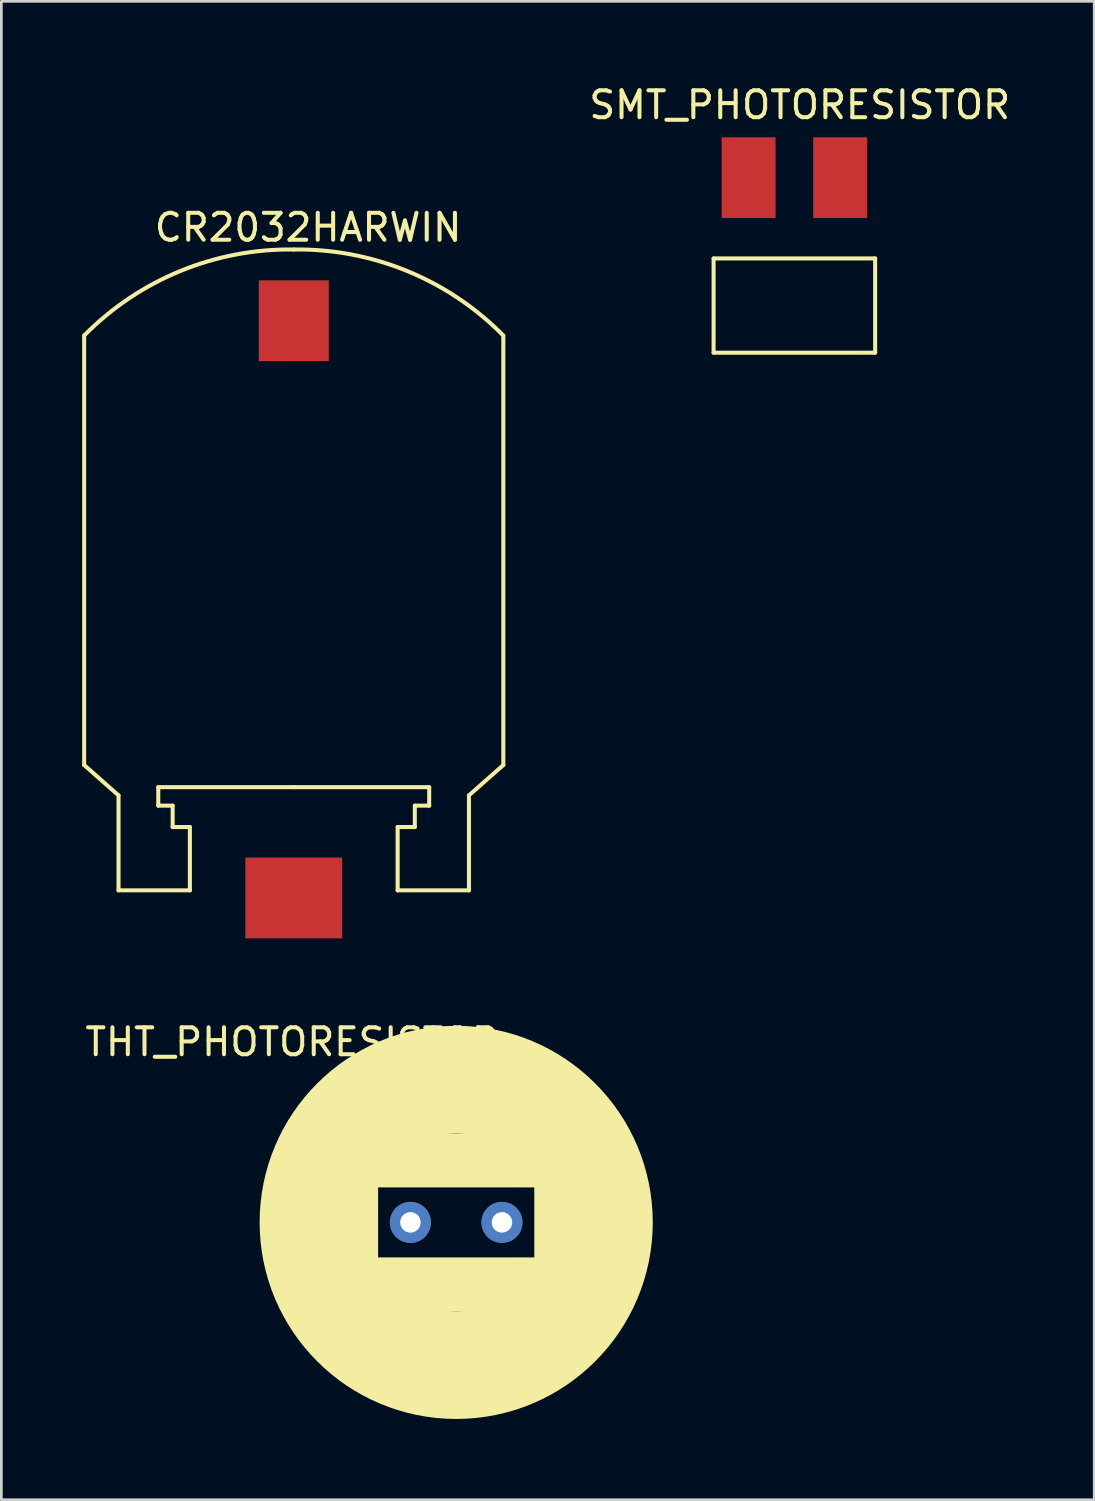
<source format=kicad_pcb>
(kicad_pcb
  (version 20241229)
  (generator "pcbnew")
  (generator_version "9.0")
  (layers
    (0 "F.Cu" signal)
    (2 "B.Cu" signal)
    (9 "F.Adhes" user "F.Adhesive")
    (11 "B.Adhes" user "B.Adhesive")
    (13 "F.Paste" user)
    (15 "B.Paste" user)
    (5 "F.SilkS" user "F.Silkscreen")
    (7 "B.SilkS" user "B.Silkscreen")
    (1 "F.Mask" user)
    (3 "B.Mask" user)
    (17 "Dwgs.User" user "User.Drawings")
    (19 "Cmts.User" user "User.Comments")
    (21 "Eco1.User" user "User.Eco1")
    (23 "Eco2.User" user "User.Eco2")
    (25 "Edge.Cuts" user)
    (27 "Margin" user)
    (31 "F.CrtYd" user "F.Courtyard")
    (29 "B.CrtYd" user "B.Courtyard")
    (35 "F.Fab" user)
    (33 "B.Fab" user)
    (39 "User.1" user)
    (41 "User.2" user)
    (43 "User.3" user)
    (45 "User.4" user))
  (footprint "THT_PHOTORESISTOR"
    (layer "F.Cu")
    (at 12.192 42.346)
    (property "Reference" "THT_PHOTORESISTOR" (at -4.4 -6.7 0) (layer "F.SilkS") (effects (font (size 1 1) (thickness 0.15))))
    (attr through_hole)
    (fp_line (start -2.2 3.2) (end -2.2 -4) (stroke (width 2) (type solid)) (layer "F.SilkS"))
    (fp_line (start -2.1 2.3) (end 5.1 2.3) (stroke (width 2) (type solid)) (layer "F.SilkS"))
    (fp_line (start -2 -2.3) (end 5.2 -2.3) (stroke (width 2) (type solid)) (layer "F.SilkS"))
    (fp_line (start 5.6 3.8) (end 5.6 -3.4) (stroke (width 2) (type solid)) (layer "F.SilkS"))
    (fp_circle (center 1.7 0) (end 7 0) (stroke (width 4) (type solid)) (fill no) (layer "F.SilkS"))
    (pad "1" thru_hole circle (at 0 0) (size 1.524 1.524) (drill 0.762) (layers "*.Cu" "*.Mask"))
    (pad "2" thru_hole circle (at 3.4 0) (size 1.524 1.524) (drill 0.762) (layers "*.Cu" "*.Mask")))
  (footprint "SMT_PHOTORESISTOR"
    (layer "F.Cu")
    (at 26.451 3.548)
    (property "Reference" "SMT_PHOTORESISTOR" (at 0.2 -2.7 0) (layer "F.SilkS") (effects (font (size 1 1) (thickness 0.15))))
    (attr through_hole)
    (fp_line (start -3 3) (end -3 6.5) (stroke (width 0.15) (type solid)) (layer "F.SilkS"))
    (fp_line (start -3 3) (end 3 3) (stroke (width 0.15) (type solid)) (layer "F.SilkS"))
    (fp_line (start -3 6.5) (end 3 6.5) (stroke (width 0.15) (type solid)) (layer "F.SilkS"))
    (fp_line (start 3 6.5) (end 3 3) (stroke (width 0.15) (type solid)) (layer "F.SilkS"))
    (pad "1" smd rect (at -1.7 0 90) (size 3 2) (layers "F.Cu" "F.Mask"))
    (pad "2" smd rect (at 1.7 0 90) (size 3 2) (layers "F.Cu" "F.Mask")))
  (footprint "CR2032HARWIN"
    (layer "F.Cu")
    (at 7.86 0.25)
    (property "Reference" "CR2032HARWIN" (at 0.533 5.148 0) (layer "F.SilkS") (effects (font (size 1 1) (thickness 0.15))))
    (attr through_hole)
    (fp_line (start -7.785 25.111) (end -7.785 9.162) (stroke (width 0.15) (type solid)) (layer "F.SilkS"))
    (fp_line (start -6.508 26.239) (end -7.785 25.111) (stroke (width 0.15) (type solid)) (layer "F.SilkS"))
    (fp_line (start -6.508 29.765) (end -6.508 26.239) (stroke (width 0.15) (type solid)) (layer "F.SilkS"))
    (fp_line (start -5.032 25.933) (end -5.032 26.619) (stroke (width 0.15) (type solid)) (layer "F.SilkS"))
    (fp_line (start -5.032 26.619) (end -4.498 26.619) (stroke (width 0.15) (type solid)) (layer "F.SilkS"))
    (fp_line (start -4.498 26.619) (end -4.498 27.414) (stroke (width 0.15) (type solid)) (layer "F.SilkS"))
    (fp_line (start -4.498 27.414) (end -3.859 27.414) (stroke (width 0.15) (type solid)) (layer "F.SilkS"))
    (fp_line (start -3.859 27.414) (end -3.859 29.765) (stroke (width 0.15) (type solid)) (layer "F.SilkS"))
    (fp_line (start -3.859 29.765) (end -6.508 29.765) (stroke (width 0.15) (type solid)) (layer "F.SilkS"))
    (fp_line (start -0.001 25.933) (end -5.032 25.933) (stroke (width 0.15) (type solid)) (layer "F.SilkS"))
    (fp_line (start -0.001 25.933) (end 5.029 25.933) (stroke (width 0.15) (type solid)) (layer "F.SilkS"))
    (fp_line (start 3.857 27.414) (end 3.857 29.765) (stroke (width 0.15) (type solid)) (layer "F.SilkS"))
    (fp_line (start 3.857 29.765) (end 6.505 29.765) (stroke (width 0.15) (type solid)) (layer "F.SilkS"))
    (fp_line (start 4.495 26.619) (end 4.495 27.414) (stroke (width 0.15) (type solid)) (layer "F.SilkS"))
    (fp_line (start 4.495 27.414) (end 3.857 27.414) (stroke (width 0.15) (type solid)) (layer "F.SilkS"))
    (fp_line (start 5.029 25.933) (end 5.029 26.619) (stroke (width 0.15) (type solid)) (layer "F.SilkS"))
    (fp_line (start 5.029 26.619) (end 4.495 26.619) (stroke (width 0.15) (type solid)) (layer "F.SilkS"))
    (fp_line (start 6.505 26.239) (end 7.782 25.111) (stroke (width 0.15) (type solid)) (layer "F.SilkS"))
    (fp_line (start 6.505 29.765) (end 6.505 26.239) (stroke (width 0.15) (type solid)) (layer "F.SilkS"))
    (fp_line (start 7.782 25.111) (end 7.782 9.162) (stroke (width 0.15) (type solid)) (layer "F.SilkS"))
    (fp_arc (start -7.776032 9.153121) (mid -4.214346 6.764921) (end -0.001251 5.965585) (stroke (width 0.15) (type solid)) (layer "F.SilkS"))
    (fp_arc (start 0.010886 5.965421) (mid 4.223072 6.769532) (end 7.782048 9.161768) (stroke (width 0.15) (type solid)) (layer "F.SilkS"))
    (pad "1" smd rect (at 0 30.048) (size 3.6 3) (layers "F.Cu" "F.Mask" "F.Paste"))
    (pad "2" smd rect (at 0 8.611) (size 2.6 3) (layers "F.Cu" "F.Mask" "F.Paste")))
  (gr_rect
    (start -3 -3)
    (end 37.586 52.646)
    (stroke (width 0.1) (type default))
    (fill no)
    (layer "Edge.Cuts")))
</source>
